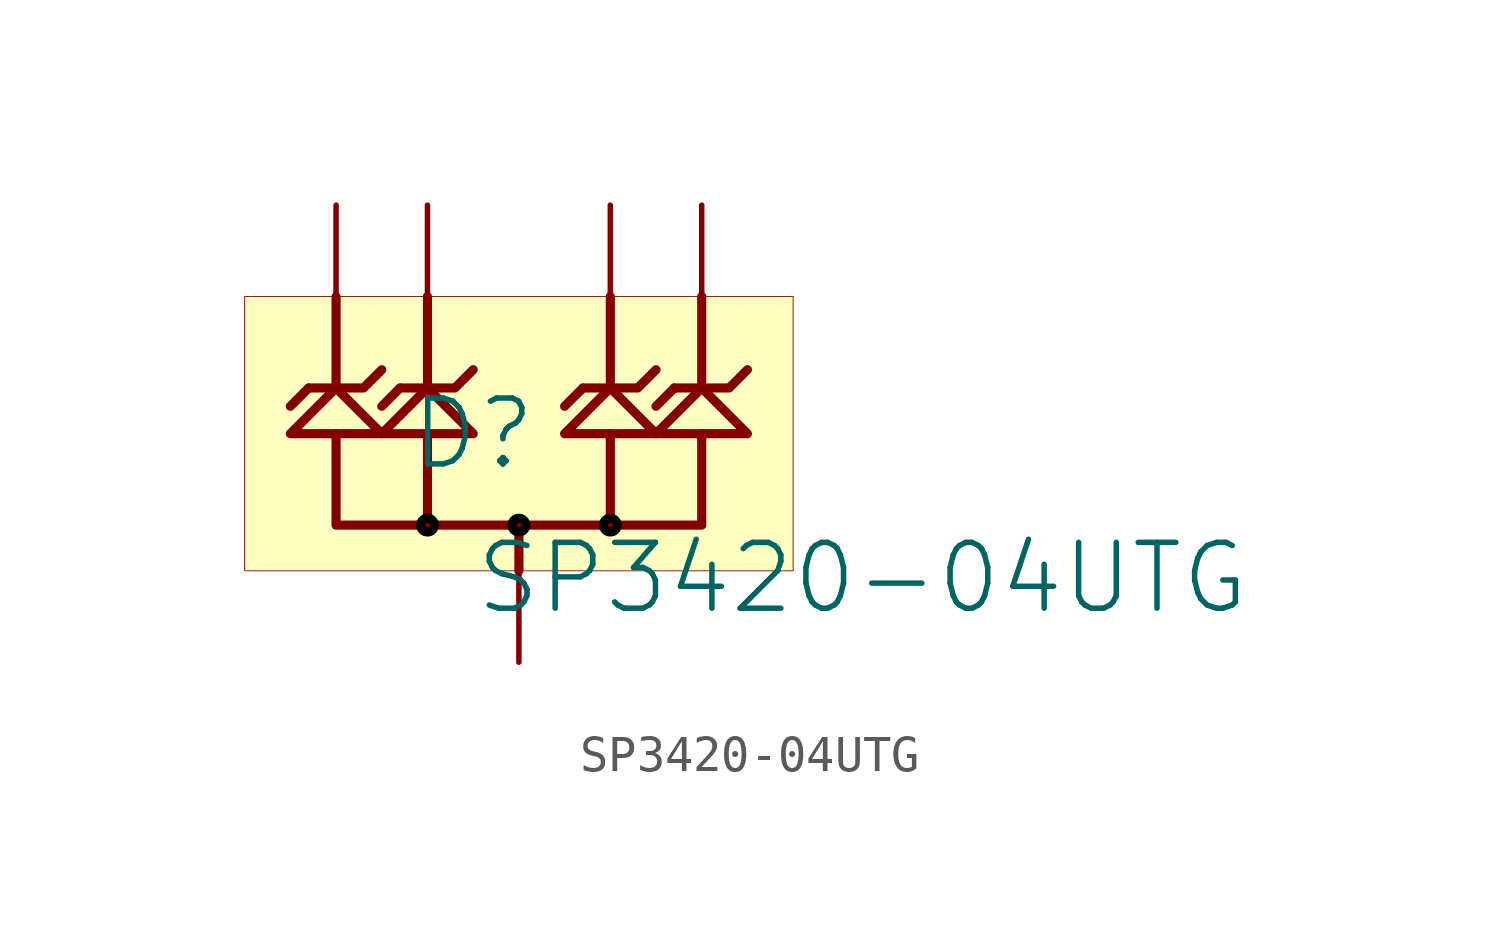
<source format=kicad_sym>
(kicad_symbol_lib
  (version 20231120)
  (generator "kicad_symbol_editor")
  (generator_version "8.0")
  (symbol "SP3420-04UTG"
    (property "Reference" "D"
      (at -1.27 1.27 0)
      (effects (font (size 1.829 1.829))))
    (property "Value" "SP3420-04UTG"
      (at -1.27 -3.81 0)
      (effects (font (size 1.829 1.829)) (justify left bottom)))
    (symbol "SP3420-04UTG_1_0"
      (circle (center -2.54 -1.27) (radius 0.191) (stroke (width 0.254) (type solid) (color 0 0 0 1)) (fill (type none)))
      (circle (center 0 -1.27) (radius 0.191) (stroke (width 0.254) (type solid) (color 0 0 0 1)) (fill (type none)))
      (polyline (pts (xy -5.842 2.54) (xy -6.35 2.032)) (stroke (width 0.254) (type solid)) (fill (type none)))
      (polyline (pts (xy -5.08 2.54) (xy -5.08 5.08)) (stroke (width 0.254) (type solid)) (fill (type none)))
      (polyline (pts (xy -3.302 2.54) (xy -3.81 2.032)) (stroke (width 0.254) (type solid)) (fill (type none)))
      (polyline (pts (xy -2.54 1.27) (xy -2.54 -1.27)) (stroke (width 0.254) (type solid)) (fill (type none)))
      (polyline (pts (xy -2.54 5.08) (xy -2.54 2.54)) (stroke (width 0.254) (type solid)) (fill (type none)))
      (polyline (pts (xy 1.778 2.54) (xy 1.27 2.032)) (stroke (width 0.254) (type solid)) (fill (type none)))
      (polyline (pts (xy 2.54 1.27) (xy 2.54 -1.27)) (stroke (width 0.254) (type solid)) (fill (type none)))
      (polyline (pts (xy 2.54 5.08) (xy 2.54 2.54)) (stroke (width 0.254) (type solid)) (fill (type none)))
      (polyline (pts (xy 4.318 2.54) (xy 3.81 2.032)) (stroke (width 0.254) (type solid)) (fill (type none)))
      (polyline (pts (xy 5.08 5.08) (xy 5.08 2.54)) (stroke (width 0.254) (type solid)) (fill (type none)))
      (polyline (pts (xy -5.842 2.54) (xy -4.318 2.54) (xy -3.81 3.048)) (stroke (width 0.254) (type solid)) (fill (type none)))
      (polyline (pts (xy -3.302 2.54) (xy -1.778 2.54) (xy -1.27 3.048)) (stroke (width 0.254) (type solid)) (fill (type none)))
      (polyline (pts (xy 0 -1.27) (xy 5.08 -1.27) (xy 5.08 1.27)) (stroke (width 0.254) (type solid)) (fill (type none)))
      (polyline (pts (xy 1.778 2.54) (xy 3.302 2.54) (xy 3.81 3.048)) (stroke (width 0.254) (type solid)) (fill (type none)))
      (polyline (pts (xy 4.318 2.54) (xy 5.842 2.54) (xy 6.35 3.048)) (stroke (width 0.254) (type solid)) (fill (type none)))
      (polyline (pts (xy -5.08 1.27) (xy -5.08 -1.27) (xy 0 -1.27) (xy 0 -2.54)) (stroke (width 0.254) (type solid)) (fill (type none)))
      (polyline (pts (xy -5.08 2.54) (xy -6.35 1.27) (xy -3.81 1.27) (xy -5.08 2.54)) (stroke (width 0.254) (type solid)) (fill (type none)))
      (polyline (pts (xy -2.54 2.54) (xy -3.81 1.27) (xy -1.27 1.27) (xy -2.54 2.54)) (stroke (width 0.254) (type solid)) (fill (type none)))
      (polyline (pts (xy 2.54 2.54) (xy 1.27 1.27) (xy 3.81 1.27) (xy 2.54 2.54)) (stroke (width 0.254) (type solid)) (fill (type none)))
      (polyline (pts (xy 5.08 2.54) (xy 3.81 1.27) (xy 6.35 1.27) (xy 5.08 2.54)) (stroke (width 0.254) (type solid)) (fill (type none)))
      (circle (center 2.54 -1.27) (radius 0.191) (stroke (width 0.254) (type solid) (color 0 0 0 1)) (fill (type none)))
      (rectangle (start 7.62 5.08) (end -7.62 -2.54) (stroke (width 0.025) (type solid) (color 128 0 0 1)) (fill (type background)))
      (pin passive line (at -5.08 7.62 270) (length 2.54) (name "" (effects (font (size 1.27 1.27)))) (number "110" (effects (font (size 0 0)))))
      (pin passive line (at -2.54 7.62 270) (length 2.54) (name "" (effects (font (size 1.27 1.27)))) (number "29" (effects (font (size 0 0)))))
      (pin passive line (at 0 -5.08 90) (length 2.54) (name "GND" (effects (font (size 0 0)))) (number "38" (effects (font (size 0 0)))))
      (pin passive line (at 2.54 7.62 270) (length 2.54) (name "" (effects (font (size 1.27 1.27)))) (number "47" (effects (font (size 0 0)))))
      (pin passive line (at 5.08 7.62 270) (length 2.54) (name "" (effects (font (size 1.27 1.27)))) (number "56" (effects (font (size 0 0))))))))
</source>
